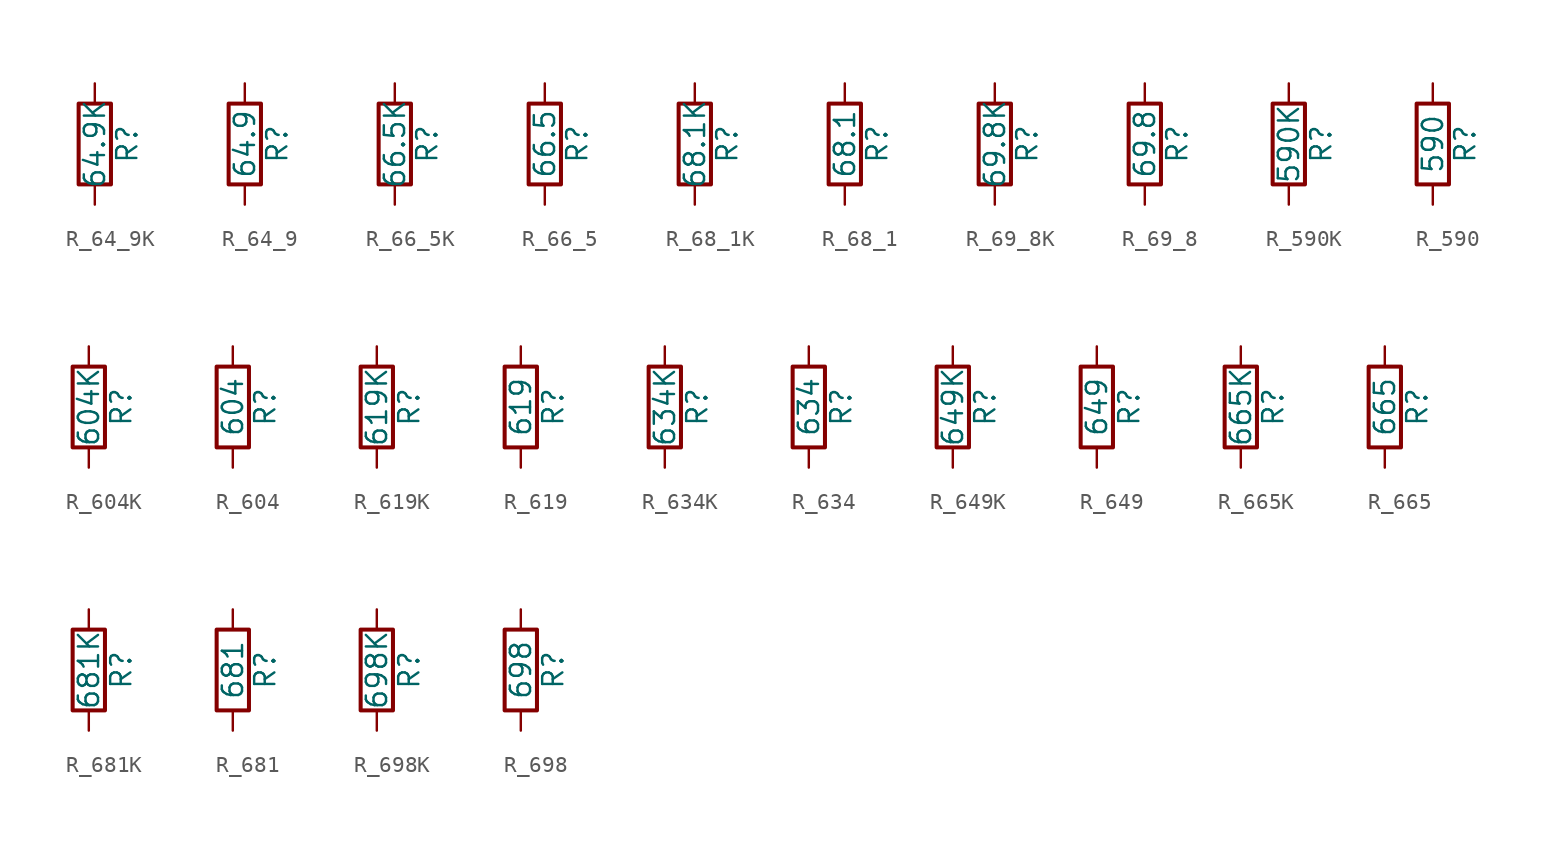
<source format=kicad_sym>
(kicad_symbol_lib
  (version 20211014)
  (generator atlantix-eda)
  (symbol "R_64_9K"
    (pin_numbers hide)
    (pin_names
      (offset 0))
    (property "Reference" "R"
      (at 2.032 0 90)
      (effects (font (size 1.27 1.27))))
    (property "Value" "64.9K"
      (at 0 0 90)
      (effects (font (size 1.27 1.27))))
    (symbol "R_64_9K_0_1"
      (rectangle (start -1.016 -2.54) (end 1.016 2.54) (stroke (width 0.254) (type default) (color 0 0 0 0)) (fill (type none))))
    (symbol "R_64_9K_1_1"
      (pin passive line (at 0 3.81 270) (length 1.27) (name "~" (effects (font (size 1.27 1.27)))) (number "1" (effects (font (size 1.27 1.27)))))
      (pin passive line (at 0 -3.81 90) (length 1.27) (name "~" (effects (font (size 1.27 1.27)))) (number "2" (effects (font (size 1.27 1.27)))))))
  (symbol "R_64_9"
    (pin_numbers hide)
    (pin_names
      (offset 0))
    (property "Reference" "R"
      (at 2.032 0 90)
      (effects (font (size 1.27 1.27))))
    (property "Value" "64.9"
      (at 0 0 90)
      (effects (font (size 1.27 1.27))))
    (symbol "R_64_9_0_1"
      (rectangle (start -1.016 -2.54) (end 1.016 2.54) (stroke (width 0.254) (type default) (color 0 0 0 0)) (fill (type none))))
    (symbol "R_64_9_1_1"
      (pin passive line (at 0 3.81 270) (length 1.27) (name "~" (effects (font (size 1.27 1.27)))) (number "1" (effects (font (size 1.27 1.27)))))
      (pin passive line (at 0 -3.81 90) (length 1.27) (name "~" (effects (font (size 1.27 1.27)))) (number "2" (effects (font (size 1.27 1.27)))))))
  (symbol "R_66_5K"
    (pin_numbers hide)
    (pin_names
      (offset 0))
    (property "Reference" "R"
      (at 2.032 0 90)
      (effects (font (size 1.27 1.27))))
    (property "Value" "66.5K"
      (at 0 0 90)
      (effects (font (size 1.27 1.27))))
    (symbol "R_66_5K_0_1"
      (rectangle (start -1.016 -2.54) (end 1.016 2.54) (stroke (width 0.254) (type default) (color 0 0 0 0)) (fill (type none))))
    (symbol "R_66_5K_1_1"
      (pin passive line (at 0 3.81 270) (length 1.27) (name "~" (effects (font (size 1.27 1.27)))) (number "1" (effects (font (size 1.27 1.27)))))
      (pin passive line (at 0 -3.81 90) (length 1.27) (name "~" (effects (font (size 1.27 1.27)))) (number "2" (effects (font (size 1.27 1.27)))))))
  (symbol "R_66_5"
    (pin_numbers hide)
    (pin_names
      (offset 0))
    (property "Reference" "R"
      (at 2.032 0 90)
      (effects (font (size 1.27 1.27))))
    (property "Value" "66.5"
      (at 0 0 90)
      (effects (font (size 1.27 1.27))))
    (symbol "R_66_5_0_1"
      (rectangle (start -1.016 -2.54) (end 1.016 2.54) (stroke (width 0.254) (type default) (color 0 0 0 0)) (fill (type none))))
    (symbol "R_66_5_1_1"
      (pin passive line (at 0 3.81 270) (length 1.27) (name "~" (effects (font (size 1.27 1.27)))) (number "1" (effects (font (size 1.27 1.27)))))
      (pin passive line (at 0 -3.81 90) (length 1.27) (name "~" (effects (font (size 1.27 1.27)))) (number "2" (effects (font (size 1.27 1.27)))))))
  (symbol "R_68_1K"
    (pin_numbers hide)
    (pin_names
      (offset 0))
    (property "Reference" "R"
      (at 2.032 0 90)
      (effects (font (size 1.27 1.27))))
    (property "Value" "68.1K"
      (at 0 0 90)
      (effects (font (size 1.27 1.27))))
    (symbol "R_68_1K_0_1"
      (rectangle (start -1.016 -2.54) (end 1.016 2.54) (stroke (width 0.254) (type default) (color 0 0 0 0)) (fill (type none))))
    (symbol "R_68_1K_1_1"
      (pin passive line (at 0 3.81 270) (length 1.27) (name "~" (effects (font (size 1.27 1.27)))) (number "1" (effects (font (size 1.27 1.27)))))
      (pin passive line (at 0 -3.81 90) (length 1.27) (name "~" (effects (font (size 1.27 1.27)))) (number "2" (effects (font (size 1.27 1.27)))))))
  (symbol "R_68_1"
    (pin_numbers hide)
    (pin_names
      (offset 0))
    (property "Reference" "R"
      (at 2.032 0 90)
      (effects (font (size 1.27 1.27))))
    (property "Value" "68.1"
      (at 0 0 90)
      (effects (font (size 1.27 1.27))))
    (symbol "R_68_1_0_1"
      (rectangle (start -1.016 -2.54) (end 1.016 2.54) (stroke (width 0.254) (type default) (color 0 0 0 0)) (fill (type none))))
    (symbol "R_68_1_1_1"
      (pin passive line (at 0 3.81 270) (length 1.27) (name "~" (effects (font (size 1.27 1.27)))) (number "1" (effects (font (size 1.27 1.27)))))
      (pin passive line (at 0 -3.81 90) (length 1.27) (name "~" (effects (font (size 1.27 1.27)))) (number "2" (effects (font (size 1.27 1.27)))))))
  (symbol "R_69_8K"
    (pin_numbers hide)
    (pin_names
      (offset 0))
    (property "Reference" "R"
      (at 2.032 0 90)
      (effects (font (size 1.27 1.27))))
    (property "Value" "69.8K"
      (at 0 0 90)
      (effects (font (size 1.27 1.27))))
    (symbol "R_69_8K_0_1"
      (rectangle (start -1.016 -2.54) (end 1.016 2.54) (stroke (width 0.254) (type default) (color 0 0 0 0)) (fill (type none))))
    (symbol "R_69_8K_1_1"
      (pin passive line (at 0 3.81 270) (length 1.27) (name "~" (effects (font (size 1.27 1.27)))) (number "1" (effects (font (size 1.27 1.27)))))
      (pin passive line (at 0 -3.81 90) (length 1.27) (name "~" (effects (font (size 1.27 1.27)))) (number "2" (effects (font (size 1.27 1.27)))))))
  (symbol "R_69_8"
    (pin_numbers hide)
    (pin_names
      (offset 0))
    (property "Reference" "R"
      (at 2.032 0 90)
      (effects (font (size 1.27 1.27))))
    (property "Value" "69.8"
      (at 0 0 90)
      (effects (font (size 1.27 1.27))))
    (symbol "R_69_8_0_1"
      (rectangle (start -1.016 -2.54) (end 1.016 2.54) (stroke (width 0.254) (type default) (color 0 0 0 0)) (fill (type none))))
    (symbol "R_69_8_1_1"
      (pin passive line (at 0 3.81 270) (length 1.27) (name "~" (effects (font (size 1.27 1.27)))) (number "1" (effects (font (size 1.27 1.27)))))
      (pin passive line (at 0 -3.81 90) (length 1.27) (name "~" (effects (font (size 1.27 1.27)))) (number "2" (effects (font (size 1.27 1.27)))))))
  (symbol "R_590K"
    (pin_numbers hide)
    (pin_names
      (offset 0))
    (property "Reference" "R"
      (at 2.032 0 90)
      (effects (font (size 1.27 1.27))))
    (property "Value" "590K"
      (at 0 0 90)
      (effects (font (size 1.27 1.27))))
    (symbol "R_590K_0_1"
      (rectangle (start -1.016 -2.54) (end 1.016 2.54) (stroke (width 0.254) (type default) (color 0 0 0 0)) (fill (type none))))
    (symbol "R_590K_1_1"
      (pin passive line (at 0 3.81 270) (length 1.27) (name "~" (effects (font (size 1.27 1.27)))) (number "1" (effects (font (size 1.27 1.27)))))
      (pin passive line (at 0 -3.81 90) (length 1.27) (name "~" (effects (font (size 1.27 1.27)))) (number "2" (effects (font (size 1.27 1.27)))))))
  (symbol "R_590"
    (pin_numbers hide)
    (pin_names
      (offset 0))
    (property "Reference" "R"
      (at 2.032 0 90)
      (effects (font (size 1.27 1.27))))
    (property "Value" "590"
      (at 0 0 90)
      (effects (font (size 1.27 1.27))))
    (symbol "R_590_0_1"
      (rectangle (start -1.016 -2.54) (end 1.016 2.54) (stroke (width 0.254) (type default) (color 0 0 0 0)) (fill (type none))))
    (symbol "R_590_1_1"
      (pin passive line (at 0 3.81 270) (length 1.27) (name "~" (effects (font (size 1.27 1.27)))) (number "1" (effects (font (size 1.27 1.27)))))
      (pin passive line (at 0 -3.81 90) (length 1.27) (name "~" (effects (font (size 1.27 1.27)))) (number "2" (effects (font (size 1.27 1.27)))))))
  (symbol "R_604K"
    (pin_numbers hide)
    (pin_names
      (offset 0))
    (property "Reference" "R"
      (at 2.032 0 90)
      (effects (font (size 1.27 1.27))))
    (property "Value" "604K"
      (at 0 0 90)
      (effects (font (size 1.27 1.27))))
    (symbol "R_604K_0_1"
      (rectangle (start -1.016 -2.54) (end 1.016 2.54) (stroke (width 0.254) (type default) (color 0 0 0 0)) (fill (type none))))
    (symbol "R_604K_1_1"
      (pin passive line (at 0 3.81 270) (length 1.27) (name "~" (effects (font (size 1.27 1.27)))) (number "1" (effects (font (size 1.27 1.27)))))
      (pin passive line (at 0 -3.81 90) (length 1.27) (name "~" (effects (font (size 1.27 1.27)))) (number "2" (effects (font (size 1.27 1.27)))))))
  (symbol "R_604"
    (pin_numbers hide)
    (pin_names
      (offset 0))
    (property "Reference" "R"
      (at 2.032 0 90)
      (effects (font (size 1.27 1.27))))
    (property "Value" "604"
      (at 0 0 90)
      (effects (font (size 1.27 1.27))))
    (symbol "R_604_0_1"
      (rectangle (start -1.016 -2.54) (end 1.016 2.54) (stroke (width 0.254) (type default) (color 0 0 0 0)) (fill (type none))))
    (symbol "R_604_1_1"
      (pin passive line (at 0 3.81 270) (length 1.27) (name "~" (effects (font (size 1.27 1.27)))) (number "1" (effects (font (size 1.27 1.27)))))
      (pin passive line (at 0 -3.81 90) (length 1.27) (name "~" (effects (font (size 1.27 1.27)))) (number "2" (effects (font (size 1.27 1.27)))))))
  (symbol "R_619K"
    (pin_numbers hide)
    (pin_names
      (offset 0))
    (property "Reference" "R"
      (at 2.032 0 90)
      (effects (font (size 1.27 1.27))))
    (property "Value" "619K"
      (at 0 0 90)
      (effects (font (size 1.27 1.27))))
    (symbol "R_619K_0_1"
      (rectangle (start -1.016 -2.54) (end 1.016 2.54) (stroke (width 0.254) (type default) (color 0 0 0 0)) (fill (type none))))
    (symbol "R_619K_1_1"
      (pin passive line (at 0 3.81 270) (length 1.27) (name "~" (effects (font (size 1.27 1.27)))) (number "1" (effects (font (size 1.27 1.27)))))
      (pin passive line (at 0 -3.81 90) (length 1.27) (name "~" (effects (font (size 1.27 1.27)))) (number "2" (effects (font (size 1.27 1.27)))))))
  (symbol "R_619"
    (pin_numbers hide)
    (pin_names
      (offset 0))
    (property "Reference" "R"
      (at 2.032 0 90)
      (effects (font (size 1.27 1.27))))
    (property "Value" "619"
      (at 0 0 90)
      (effects (font (size 1.27 1.27))))
    (symbol "R_619_0_1"
      (rectangle (start -1.016 -2.54) (end 1.016 2.54) (stroke (width 0.254) (type default) (color 0 0 0 0)) (fill (type none))))
    (symbol "R_619_1_1"
      (pin passive line (at 0 3.81 270) (length 1.27) (name "~" (effects (font (size 1.27 1.27)))) (number "1" (effects (font (size 1.27 1.27)))))
      (pin passive line (at 0 -3.81 90) (length 1.27) (name "~" (effects (font (size 1.27 1.27)))) (number "2" (effects (font (size 1.27 1.27)))))))
  (symbol "R_634K"
    (pin_numbers hide)
    (pin_names
      (offset 0))
    (property "Reference" "R"
      (at 2.032 0 90)
      (effects (font (size 1.27 1.27))))
    (property "Value" "634K"
      (at 0 0 90)
      (effects (font (size 1.27 1.27))))
    (symbol "R_634K_0_1"
      (rectangle (start -1.016 -2.54) (end 1.016 2.54) (stroke (width 0.254) (type default) (color 0 0 0 0)) (fill (type none))))
    (symbol "R_634K_1_1"
      (pin passive line (at 0 3.81 270) (length 1.27) (name "~" (effects (font (size 1.27 1.27)))) (number "1" (effects (font (size 1.27 1.27)))))
      (pin passive line (at 0 -3.81 90) (length 1.27) (name "~" (effects (font (size 1.27 1.27)))) (number "2" (effects (font (size 1.27 1.27)))))))
  (symbol "R_634"
    (pin_numbers hide)
    (pin_names
      (offset 0))
    (property "Reference" "R"
      (at 2.032 0 90)
      (effects (font (size 1.27 1.27))))
    (property "Value" "634"
      (at 0 0 90)
      (effects (font (size 1.27 1.27))))
    (symbol "R_634_0_1"
      (rectangle (start -1.016 -2.54) (end 1.016 2.54) (stroke (width 0.254) (type default) (color 0 0 0 0)) (fill (type none))))
    (symbol "R_634_1_1"
      (pin passive line (at 0 3.81 270) (length 1.27) (name "~" (effects (font (size 1.27 1.27)))) (number "1" (effects (font (size 1.27 1.27)))))
      (pin passive line (at 0 -3.81 90) (length 1.27) (name "~" (effects (font (size 1.27 1.27)))) (number "2" (effects (font (size 1.27 1.27)))))))
  (symbol "R_649K"
    (pin_numbers hide)
    (pin_names
      (offset 0))
    (property "Reference" "R"
      (at 2.032 0 90)
      (effects (font (size 1.27 1.27))))
    (property "Value" "649K"
      (at 0 0 90)
      (effects (font (size 1.27 1.27))))
    (symbol "R_649K_0_1"
      (rectangle (start -1.016 -2.54) (end 1.016 2.54) (stroke (width 0.254) (type default) (color 0 0 0 0)) (fill (type none))))
    (symbol "R_649K_1_1"
      (pin passive line (at 0 3.81 270) (length 1.27) (name "~" (effects (font (size 1.27 1.27)))) (number "1" (effects (font (size 1.27 1.27)))))
      (pin passive line (at 0 -3.81 90) (length 1.27) (name "~" (effects (font (size 1.27 1.27)))) (number "2" (effects (font (size 1.27 1.27)))))))
  (symbol "R_649"
    (pin_numbers hide)
    (pin_names
      (offset 0))
    (property "Reference" "R"
      (at 2.032 0 90)
      (effects (font (size 1.27 1.27))))
    (property "Value" "649"
      (at 0 0 90)
      (effects (font (size 1.27 1.27))))
    (symbol "R_649_0_1"
      (rectangle (start -1.016 -2.54) (end 1.016 2.54) (stroke (width 0.254) (type default) (color 0 0 0 0)) (fill (type none))))
    (symbol "R_649_1_1"
      (pin passive line (at 0 3.81 270) (length 1.27) (name "~" (effects (font (size 1.27 1.27)))) (number "1" (effects (font (size 1.27 1.27)))))
      (pin passive line (at 0 -3.81 90) (length 1.27) (name "~" (effects (font (size 1.27 1.27)))) (number "2" (effects (font (size 1.27 1.27)))))))
  (symbol "R_665K"
    (pin_numbers hide)
    (pin_names
      (offset 0))
    (property "Reference" "R"
      (at 2.032 0 90)
      (effects (font (size 1.27 1.27))))
    (property "Value" "665K"
      (at 0 0 90)
      (effects (font (size 1.27 1.27))))
    (symbol "R_665K_0_1"
      (rectangle (start -1.016 -2.54) (end 1.016 2.54) (stroke (width 0.254) (type default) (color 0 0 0 0)) (fill (type none))))
    (symbol "R_665K_1_1"
      (pin passive line (at 0 3.81 270) (length 1.27) (name "~" (effects (font (size 1.27 1.27)))) (number "1" (effects (font (size 1.27 1.27)))))
      (pin passive line (at 0 -3.81 90) (length 1.27) (name "~" (effects (font (size 1.27 1.27)))) (number "2" (effects (font (size 1.27 1.27)))))))
  (symbol "R_665"
    (pin_numbers hide)
    (pin_names
      (offset 0))
    (property "Reference" "R"
      (at 2.032 0 90)
      (effects (font (size 1.27 1.27))))
    (property "Value" "665"
      (at 0 0 90)
      (effects (font (size 1.27 1.27))))
    (symbol "R_665_0_1"
      (rectangle (start -1.016 -2.54) (end 1.016 2.54) (stroke (width 0.254) (type default) (color 0 0 0 0)) (fill (type none))))
    (symbol "R_665_1_1"
      (pin passive line (at 0 3.81 270) (length 1.27) (name "~" (effects (font (size 1.27 1.27)))) (number "1" (effects (font (size 1.27 1.27)))))
      (pin passive line (at 0 -3.81 90) (length 1.27) (name "~" (effects (font (size 1.27 1.27)))) (number "2" (effects (font (size 1.27 1.27)))))))
  (symbol "R_681K"
    (pin_numbers hide)
    (pin_names
      (offset 0))
    (property "Reference" "R"
      (at 2.032 0 90)
      (effects (font (size 1.27 1.27))))
    (property "Value" "681K"
      (at 0 0 90)
      (effects (font (size 1.27 1.27))))
    (symbol "R_681K_0_1"
      (rectangle (start -1.016 -2.54) (end 1.016 2.54) (stroke (width 0.254) (type default) (color 0 0 0 0)) (fill (type none))))
    (symbol "R_681K_1_1"
      (pin passive line (at 0 3.81 270) (length 1.27) (name "~" (effects (font (size 1.27 1.27)))) (number "1" (effects (font (size 1.27 1.27)))))
      (pin passive line (at 0 -3.81 90) (length 1.27) (name "~" (effects (font (size 1.27 1.27)))) (number "2" (effects (font (size 1.27 1.27)))))))
  (symbol "R_681"
    (pin_numbers hide)
    (pin_names
      (offset 0))
    (property "Reference" "R"
      (at 2.032 0 90)
      (effects (font (size 1.27 1.27))))
    (property "Value" "681"
      (at 0 0 90)
      (effects (font (size 1.27 1.27))))
    (symbol "R_681_0_1"
      (rectangle (start -1.016 -2.54) (end 1.016 2.54) (stroke (width 0.254) (type default) (color 0 0 0 0)) (fill (type none))))
    (symbol "R_681_1_1"
      (pin passive line (at 0 3.81 270) (length 1.27) (name "~" (effects (font (size 1.27 1.27)))) (number "1" (effects (font (size 1.27 1.27)))))
      (pin passive line (at 0 -3.81 90) (length 1.27) (name "~" (effects (font (size 1.27 1.27)))) (number "2" (effects (font (size 1.27 1.27)))))))
  (symbol "R_698K"
    (pin_numbers hide)
    (pin_names
      (offset 0))
    (property "Reference" "R"
      (at 2.032 0 90)
      (effects (font (size 1.27 1.27))))
    (property "Value" "698K"
      (at 0 0 90)
      (effects (font (size 1.27 1.27))))
    (symbol "R_698K_0_1"
      (rectangle (start -1.016 -2.54) (end 1.016 2.54) (stroke (width 0.254) (type default) (color 0 0 0 0)) (fill (type none))))
    (symbol "R_698K_1_1"
      (pin passive line (at 0 3.81 270) (length 1.27) (name "~" (effects (font (size 1.27 1.27)))) (number "1" (effects (font (size 1.27 1.27)))))
      (pin passive line (at 0 -3.81 90) (length 1.27) (name "~" (effects (font (size 1.27 1.27)))) (number "2" (effects (font (size 1.27 1.27)))))))
  (symbol "R_698"
    (pin_numbers hide)
    (pin_names
      (offset 0))
    (property "Reference" "R"
      (at 2.032 0 90)
      (effects (font (size 1.27 1.27))))
    (property "Value" "698"
      (at 0 0 90)
      (effects (font (size 1.27 1.27))))
    (symbol "R_698_0_1"
      (rectangle (start -1.016 -2.54) (end 1.016 2.54) (stroke (width 0.254) (type default) (color 0 0 0 0)) (fill (type none))))
    (symbol "R_698_1_1"
      (pin passive line (at 0 3.81 270) (length 1.27) (name "~" (effects (font (size 1.27 1.27)))) (number "1" (effects (font (size 1.27 1.27)))))
      (pin passive line (at 0 -3.81 90) (length 1.27) (name "~" (effects (font (size 1.27 1.27)))) (number "2" (effects (font (size 1.27 1.27))))))))
</source>
